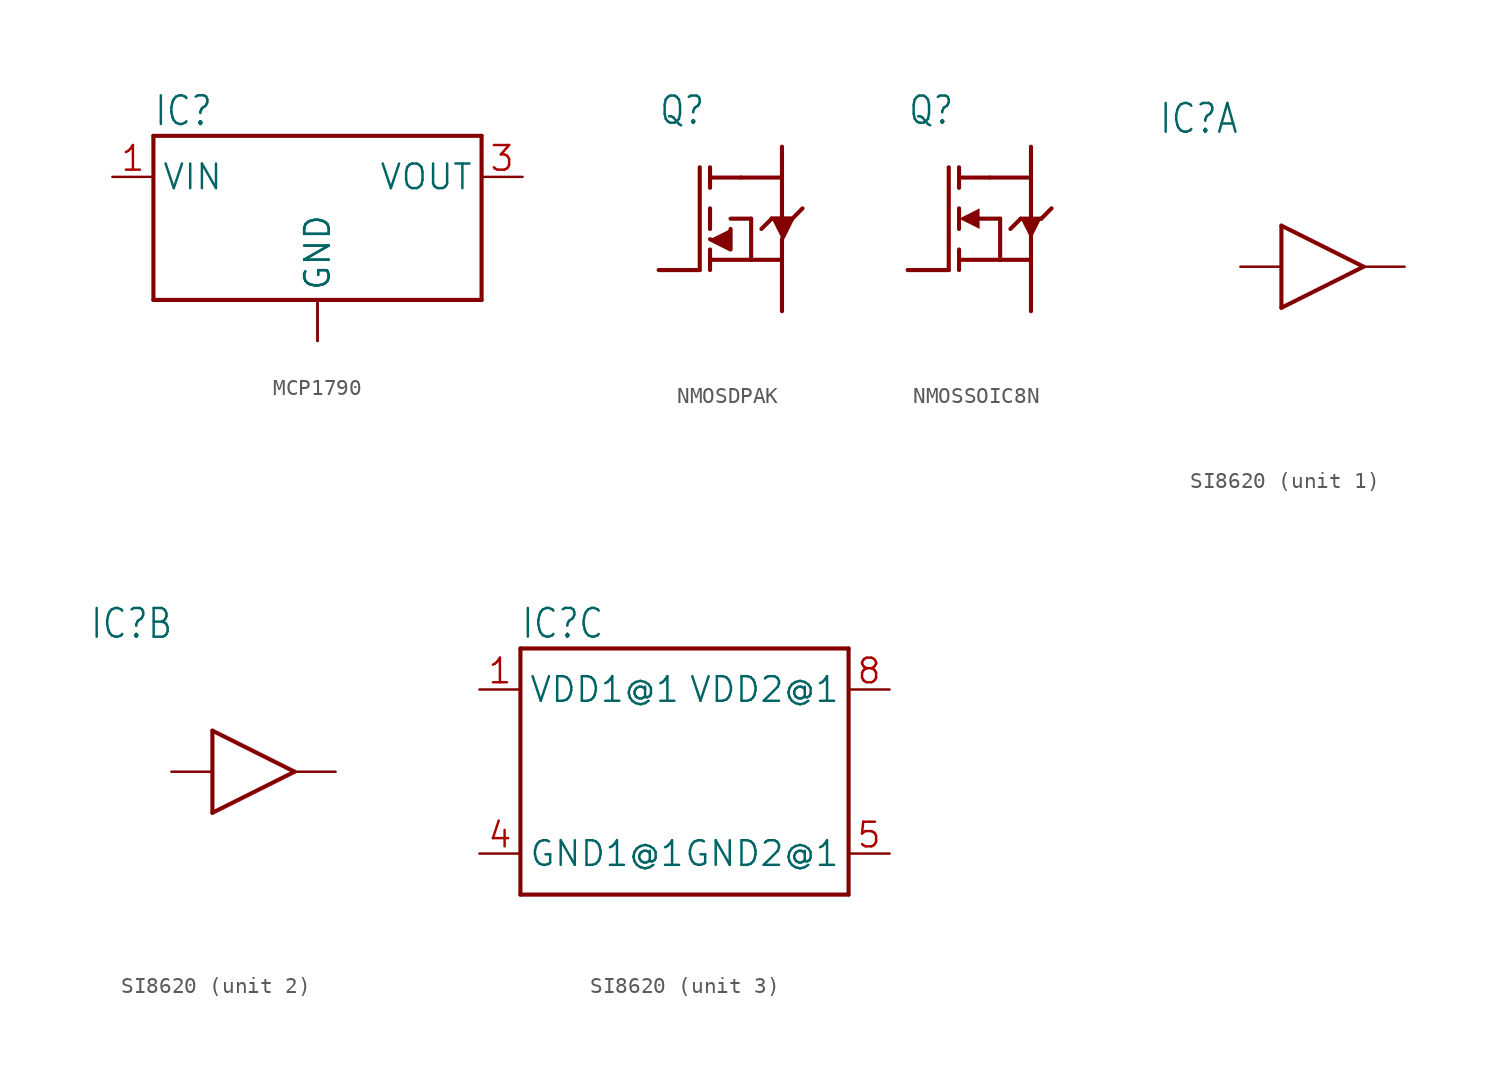
<source format=kicad_sym>
(kicad_symbol_lib
  (version 20241209)
  (generator "kicad_symbol_editor")
  (generator_version "9.0")
  (symbol "MCP1790"
    (property "Reference" "IC"
      (at -10.16 5.588 0)
      (effects (font (size 1.778 1.511)) (justify left bottom)))
    (property "Value" ""
      (at 0.762 5.588 0)
      (effects (font (size 1.778 1.511)) (justify left bottom)))
    (property "ki_locked" ""
      (at 0 0 0)
      (effects (font (size 1.27 1.27))))
    (symbol "MCP1790_1_0"
      (polyline (pts (xy -10.16 5.08) (xy -10.16 -5.08)) (stroke (width 0.254) (type solid)) (fill (type none)))
      (polyline (pts (xy -10.16 5.08) (xy 10.16 5.08)) (stroke (width 0.254) (type solid)) (fill (type none)))
      (polyline (pts (xy -10.16 -5.08) (xy 10.16 -5.08)) (stroke (width 0.254) (type solid)) (fill (type none)))
      (polyline (pts (xy 10.16 5.08) (xy 10.16 -5.08)) (stroke (width 0.254) (type solid)) (fill (type none)))
      (pin bidirectional line (at -12.7 2.54 0) (length 2.54) (name "VIN" (effects (font (size 1.524 1.524)))) (number "1" (effects (font (size 1.524 1.524)))))
      (pin bidirectional line (at 0 -7.62 90) (length 2.54) (name "GND" (effects (font (size 1.524 1.524)))) (number "2" (effects (font (size 0 0)))))
      (pin bidirectional line (at 0 -7.62 90) (length 2.54) (name "GND" (effects (font (size 1.524 1.524)))) (number "4" (effects (font (size 0 0)))))
      (pin bidirectional line (at 12.7 2.54 180) (length 2.54) (name "VOUT" (effects (font (size 1.524 1.524)))) (number "3" (effects (font (size 1.524 1.524)))))))
  (symbol "NMOSDPAK"
    (property "Reference" "Q"
      (at -7.62 6.35 0)
      (effects (font (size 1.676 1.425)) (justify left bottom)))
    (property "Value" ""
      (at -7.62 -7.62 0)
      (effects (font (size 1.676 1.425)) (justify left bottom)))
    (property "ki_locked" ""
      (at 0 0 0)
      (effects (font (size 1.27 1.27))))
    (symbol "NMOSDPAK_1_0"
      (polyline (pts (xy -5.08 3.81) (xy -5.08 -2.54)) (stroke (width 0.254) (type solid)) (fill (type none)))
      (polyline (pts (xy -5.08 -2.54) (xy -7.62 -2.54)) (stroke (width 0.254) (type solid)) (fill (type none)))
      (polyline (pts (xy -4.445 3.81) (xy -4.445 3.175)) (stroke (width 0.254) (type solid)) (fill (type none)))
      (polyline (pts (xy -4.445 3.175) (xy -4.445 2.54)) (stroke (width 0.254) (type solid)) (fill (type none)))
      (polyline (pts (xy -4.445 3.175) (xy -2.54 3.175)) (stroke (width 0.254) (type solid)) (fill (type none)))
      (polyline (pts (xy -4.445 1.27) (xy -4.445 0)) (stroke (width 0.254) (type solid)) (fill (type none)))
      (polyline (pts (xy -4.445 -0.635) (xy -3.175 -1.27) (xy -3.175 0)) (stroke (width 0.254) (type solid)) (fill (type outline)))
      (polyline (pts (xy -4.445 -1.27) (xy -4.445 -1.905)) (stroke (width 0.254) (type solid)) (fill (type none)))
      (polyline (pts (xy -4.445 -1.905) (xy -4.445 -2.54)) (stroke (width 0.254) (type solid)) (fill (type none)))
      (polyline (pts (xy -3.175 0.635) (xy -1.905 0.635)) (stroke (width 0.254) (type solid)) (fill (type none)))
      (polyline (pts (xy -1.905 0.635) (xy -1.905 -1.905)) (stroke (width 0.254) (type solid)) (fill (type none)))
      (polyline (pts (xy -1.905 -1.905) (xy -4.445 -1.905)) (stroke (width 0.254) (type solid)) (fill (type none)))
      (polyline (pts (xy -1.905 -1.905) (xy 0 -1.905)) (stroke (width 0.254) (type solid)) (fill (type none)))
      (polyline (pts (xy -1.27 0) (xy -0.635 0.635)) (stroke (width 0.254) (type solid)) (fill (type none)))
      (polyline (pts (xy -0.635 0.635) (xy 0 0.635)) (stroke (width 0.254) (type solid)) (fill (type none)))
      (polyline (pts (xy 0 3.175) (xy -2.54 3.175)) (stroke (width 0.254) (type solid)) (fill (type none)))
      (polyline (pts (xy 0 3.175) (xy 0 5.08)) (stroke (width 0.254) (type solid)) (fill (type none)))
      (polyline (pts (xy 0 0.635) (xy 0 3.175)) (stroke (width 0.254) (type solid)) (fill (type none)))
      (polyline (pts (xy 0 0.635) (xy 0.635 0.635)) (stroke (width 0.254) (type solid)) (fill (type none)))
      (polyline (pts (xy 0 -0.635) (xy 0.635 0.635) (xy -0.635 0.635)) (stroke (width 0.254) (type solid)) (fill (type outline)))
      (polyline (pts (xy 0 -1.905) (xy 0 -0.635)) (stroke (width 0.254) (type solid)) (fill (type none)))
      (polyline (pts (xy 0 -1.905) (xy 0 -5.08)) (stroke (width 0.254) (type solid)) (fill (type none)))
      (polyline (pts (xy 0.635 0.635) (xy 1.27 1.27)) (stroke (width 0.254) (type solid)) (fill (type none)))
      (pin passive line (at -7.62 -2.54 180) (length 0) (name "G" (effects (font (size 0 0)))) (number "1" (effects (font (size 0 0)))))
      (pin passive line (at 0 5.08 0) (length 0) (name "D" (effects (font (size 0 0)))) (number "4" (effects (font (size 0 0)))))
      (pin passive line (at 0 -5.08 0) (length 0) (name "S" (effects (font (size 0 0)))) (number "3" (effects (font (size 0 0)))))))
  (symbol "NMOSSOIC8N"
    (property "Reference" "Q"
      (at -7.62 6.35 0)
      (effects (font (size 1.676 1.425)) (justify left bottom)))
    (property "Value" ""
      (at -7.62 -7.62 0)
      (effects (font (size 1.676 1.425)) (justify left bottom)))
    (property "ki_locked" ""
      (at 0 0 0)
      (effects (font (size 1.27 1.27))))
    (symbol "NMOSSOIC8N_1_0"
      (polyline (pts (xy -5.08 3.81) (xy -5.08 -2.54)) (stroke (width 0.254) (type solid)) (fill (type none)))
      (polyline (pts (xy -5.08 -2.54) (xy -7.62 -2.54)) (stroke (width 0.254) (type solid)) (fill (type none)))
      (polyline (pts (xy -4.445 3.81) (xy -4.445 3.175)) (stroke (width 0.254) (type solid)) (fill (type none)))
      (polyline (pts (xy -4.445 3.175) (xy -4.445 2.54)) (stroke (width 0.254) (type solid)) (fill (type none)))
      (polyline (pts (xy -4.445 3.175) (xy -2.54 3.175)) (stroke (width 0.254) (type solid)) (fill (type none)))
      (polyline (pts (xy -4.445 1.27) (xy -4.445 0)) (stroke (width 0.254) (type solid)) (fill (type none)))
      (polyline (pts (xy -4.445 0.635) (xy -3.175 0) (xy -3.175 1.27)) (stroke (width -0.0001) (type solid)) (fill (type outline)))
      (polyline (pts (xy -4.445 -1.27) (xy -4.445 -1.905)) (stroke (width 0.254) (type solid)) (fill (type none)))
      (polyline (pts (xy -4.445 -1.905) (xy -4.445 -2.54)) (stroke (width 0.254) (type solid)) (fill (type none)))
      (polyline (pts (xy -3.175 0.635) (xy -1.905 0.635)) (stroke (width 0.254) (type solid)) (fill (type none)))
      (polyline (pts (xy -1.905 0.635) (xy -1.905 -1.905)) (stroke (width 0.254) (type solid)) (fill (type none)))
      (polyline (pts (xy -1.905 -1.905) (xy -4.445 -1.905)) (stroke (width 0.254) (type solid)) (fill (type none)))
      (polyline (pts (xy -1.905 -1.905) (xy 0 -1.905)) (stroke (width 0.254) (type solid)) (fill (type none)))
      (polyline (pts (xy -1.27 0) (xy -0.635 0.635)) (stroke (width 0.254) (type solid)) (fill (type none)))
      (polyline (pts (xy -0.635 0.635) (xy 0 0.635)) (stroke (width 0.254) (type solid)) (fill (type none)))
      (polyline (pts (xy 0 3.175) (xy -2.54 3.175)) (stroke (width 0.254) (type solid)) (fill (type none)))
      (polyline (pts (xy 0 3.175) (xy 0 5.08)) (stroke (width 0.254) (type solid)) (fill (type none)))
      (polyline (pts (xy 0 0.635) (xy 0 3.175)) (stroke (width 0.254) (type solid)) (fill (type none)))
      (polyline (pts (xy 0 0.635) (xy 0.635 0.635)) (stroke (width 0.254) (type solid)) (fill (type none)))
      (polyline (pts (xy 0 -0.635) (xy 0.635 0.635) (xy -0.635 0.635)) (stroke (width -0.0001) (type solid)) (fill (type outline)))
      (polyline (pts (xy 0 -1.905) (xy 0 0)) (stroke (width 0.254) (type solid)) (fill (type none)))
      (polyline (pts (xy 0 -1.905) (xy 0 -5.08)) (stroke (width 0.254) (type solid)) (fill (type none)))
      (polyline (pts (xy 0.635 0.635) (xy 1.27 1.27)) (stroke (width 0.254) (type solid)) (fill (type none)))
      (pin passive line (at -7.62 -2.54 180) (length 0) (name "G" (effects (font (size 0 0)))) (number "4" (effects (font (size 0 0)))))
      (pin passive line (at 0 5.08 0) (length 0) (name "D" (effects (font (size 0 0)))) (number "5" (effects (font (size 0 0)))))
      (pin passive line (at 0 5.08 0) (length 0) (name "D" (effects (font (size 0 0)))) (number "6" (effects (font (size 0 0)))))
      (pin passive line (at 0 5.08 0) (length 0) (name "D" (effects (font (size 0 0)))) (number "7" (effects (font (size 0 0)))))
      (pin passive line (at 0 5.08 0) (length 0) (name "D" (effects (font (size 0 0)))) (number "8" (effects (font (size 0 0)))))
      (pin passive line (at 0 -5.08 0) (length 0) (name "S" (effects (font (size 0 0)))) (number "1" (effects (font (size 0 0)))))
      (pin passive line (at 0 -5.08 0) (length 0) (name "S" (effects (font (size 0 0)))) (number "2" (effects (font (size 0 0)))))
      (pin passive line (at 0 -5.08 0) (length 0) (name "S" (effects (font (size 0 0)))) (number "3" (effects (font (size 0 0)))))))
  (symbol "SI8620"
    (property "Reference" "IC"
      (at -10.16 8.128 0)
      (effects (font (size 1.778 1.511)) (justify left bottom)))
    (property "Value" ""
      (at -10.16 -10.16 0)
      (effects (font (size 1.778 1.511)) (justify left bottom)))
    (property "ki_locked" ""
      (at 0 0 0)
      (effects (font (size 1.27 1.27))))
    (symbol "SI8620_1_0"
      (polyline (pts (xy -2.54 2.54) (xy -2.54 -2.54)) (stroke (width 0.254) (type solid)) (fill (type none)))
      (polyline (pts (xy -2.54 -2.54) (xy 2.54 0)) (stroke (width 0.254) (type solid)) (fill (type none)))
      (polyline (pts (xy 2.54 0) (xy -2.54 2.54)) (stroke (width 0.254) (type solid)) (fill (type none)))
      (pin input line (at -5.08 0 0) (length 2.54) (name "IN" (effects (font (size 0 0)))) (number "2" (effects (font (size 0 0)))))
      (pin output line (at 5.08 0 180) (length 2.54) (name "OUT" (effects (font (size 0 0)))) (number "7" (effects (font (size 0 0))))))
    (symbol "SI8620_2_0"
      (polyline (pts (xy -2.54 2.54) (xy -2.54 -2.54)) (stroke (width 0.254) (type solid)) (fill (type none)))
      (polyline (pts (xy -2.54 -2.54) (xy 2.54 0)) (stroke (width 0.254) (type solid)) (fill (type none)))
      (polyline (pts (xy 2.54 0) (xy -2.54 2.54)) (stroke (width 0.254) (type solid)) (fill (type none)))
      (pin input line (at -5.08 0 0) (length 2.54) (name "IN" (effects (font (size 0 0)))) (number "3" (effects (font (size 0 0)))))
      (pin output line (at 5.08 0 180) (length 2.54) (name "OUT" (effects (font (size 0 0)))) (number "6" (effects (font (size 0 0))))))
    (symbol "SI8620_3_0"
      (polyline (pts (xy -10.16 7.62) (xy 10.16 7.62)) (stroke (width 0.254) (type solid)) (fill (type none)))
      (polyline (pts (xy -10.16 -7.62) (xy -10.16 7.62)) (stroke (width 0.254) (type solid)) (fill (type none)))
      (polyline (pts (xy 10.16 7.62) (xy 10.16 -7.62)) (stroke (width 0.254) (type solid)) (fill (type none)))
      (polyline (pts (xy 10.16 -7.62) (xy -10.16 -7.62)) (stroke (width 0.254) (type solid)) (fill (type none)))
      (pin passive line (at -12.7 5.08 0) (length 2.54) (name "VDD1@1" (effects (font (size 1.524 1.524)))) (number "1" (effects (font (size 1.524 1.524)))))
      (pin passive line (at -12.7 -5.08 0) (length 2.54) (name "GND1@1" (effects (font (size 1.524 1.524)))) (number "4" (effects (font (size 1.524 1.524)))))
      (pin passive line (at 12.7 5.08 180) (length 2.54) (name "VDD2@1" (effects (font (size 1.524 1.524)))) (number "8" (effects (font (size 1.524 1.524)))))
      (pin passive line (at 12.7 -5.08 180) (length 2.54) (name "GND2@1" (effects (font (size 1.524 1.524)))) (number "5" (effects (font (size 1.524 1.524))))))))
</source>
